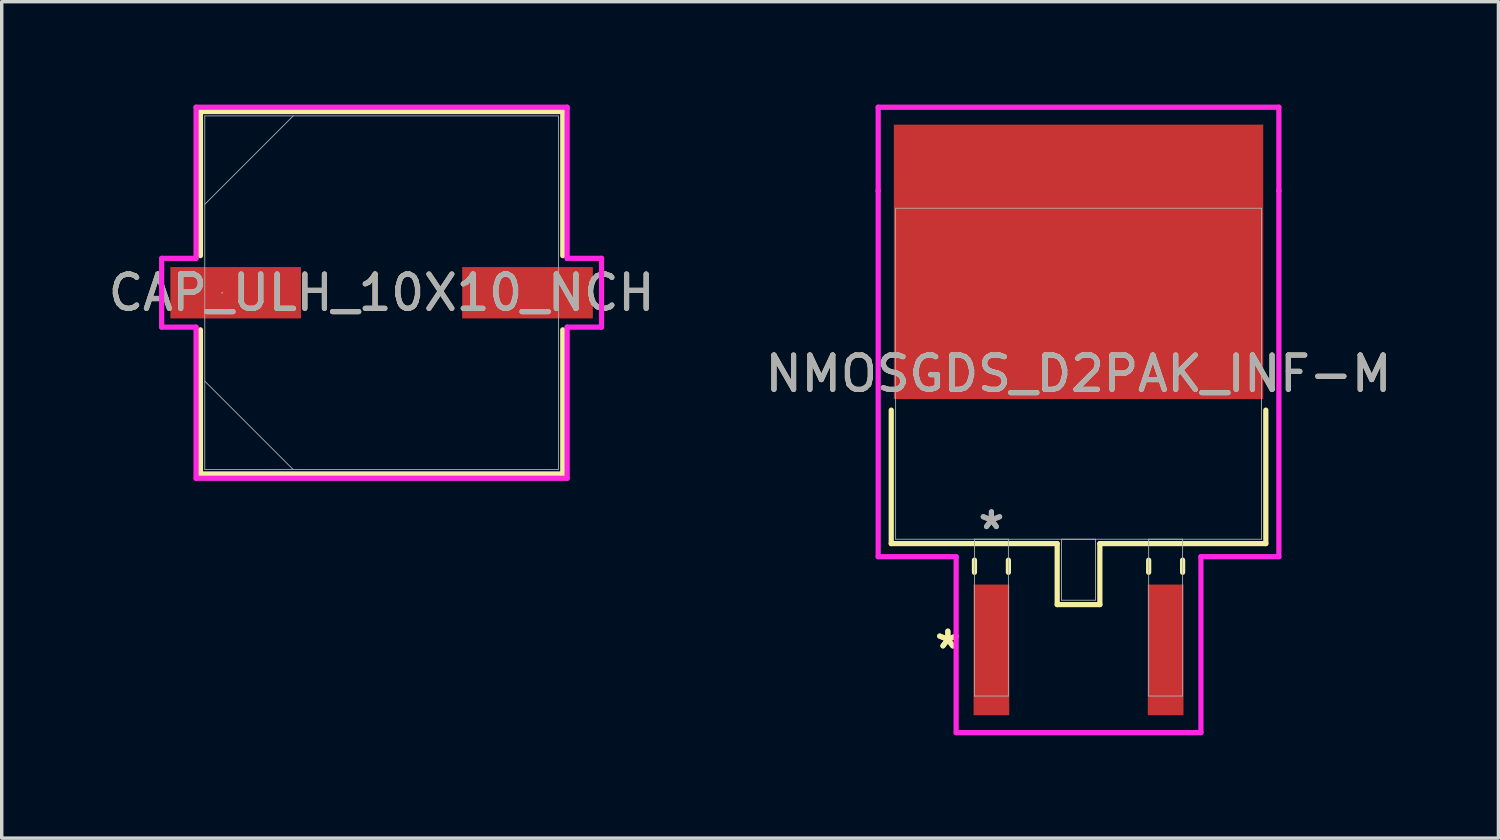
<source format=kicad_pcb>
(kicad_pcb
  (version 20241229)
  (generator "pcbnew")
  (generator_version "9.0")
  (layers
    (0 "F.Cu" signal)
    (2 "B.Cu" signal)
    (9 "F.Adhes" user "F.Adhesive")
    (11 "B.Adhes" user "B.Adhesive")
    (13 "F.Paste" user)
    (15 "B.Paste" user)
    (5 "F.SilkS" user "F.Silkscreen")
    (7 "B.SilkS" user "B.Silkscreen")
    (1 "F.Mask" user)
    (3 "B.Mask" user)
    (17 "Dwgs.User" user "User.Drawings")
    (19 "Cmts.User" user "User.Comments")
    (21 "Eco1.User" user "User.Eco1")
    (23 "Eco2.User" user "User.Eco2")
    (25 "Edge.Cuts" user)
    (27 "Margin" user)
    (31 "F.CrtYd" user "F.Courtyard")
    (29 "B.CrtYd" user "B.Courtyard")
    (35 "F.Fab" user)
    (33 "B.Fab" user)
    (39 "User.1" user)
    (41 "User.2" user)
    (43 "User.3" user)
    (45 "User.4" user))
  (footprint "NMOSGDS_D2PAK_INF-M"
    (layer "F.Cu")
    (at 28.399 7.848)
    (property "Reference" "NMOSGDS_D2PAK_INF-M" (at 0 0 0) (unlocked yes) (layer "F.SilkS") (effects (font (size 1 1) (thickness 0.15))))
    (attr smd)
    (fp_line (start -5.461 1.061) (end -5.461 4.953) (stroke (width 0.152) (type solid)) (layer "F.SilkS"))
    (fp_line (start -5.461 4.953) (end -0.622 4.953) (stroke (width 0.152) (type solid)) (layer "F.SilkS"))
    (fp_line (start -3.035 5.436) (end -3.035 5.791) (stroke (width 0.152) (type solid)) (layer "F.SilkS"))
    (fp_line (start -2.045 5.436) (end -2.045 5.791) (stroke (width 0.152) (type solid)) (layer "F.SilkS"))
    (fp_line (start -0.622 4.953) (end -0.622 6.731) (stroke (width 0.152) (type solid)) (layer "F.SilkS"))
    (fp_line (start -0.622 6.731) (end 0.622 6.731) (stroke (width 0.152) (type solid)) (layer "F.SilkS"))
    (fp_line (start 0.622 4.953) (end 5.461 4.953) (stroke (width 0.152) (type solid)) (layer "F.SilkS"))
    (fp_line (start 0.622 6.731) (end 0.622 4.953) (stroke (width 0.152) (type solid)) (layer "F.SilkS"))
    (fp_line (start 2.045 5.436) (end 2.045 5.791) (stroke (width 0.152) (type solid)) (layer "F.SilkS"))
    (fp_line (start 3.035 5.436) (end 3.035 5.791) (stroke (width 0.152) (type solid)) (layer "F.SilkS"))
    (fp_line (start 5.461 4.953) (end 5.461 1.061) (stroke (width 0.152) (type solid)) (layer "F.SilkS"))
    (fp_line (start -5.842 -7.771) (end 5.842 -7.771) (stroke (width 0.152) (type solid)) (layer "F.CrtYd"))
    (fp_line (start -5.842 -5.334) (end -5.842 -7.771) (stroke (width 0.152) (type solid)) (layer "F.CrtYd"))
    (fp_line (start -5.842 -5.334) (end -5.842 -5.334) (stroke (width 0.152) (type solid)) (layer "F.CrtYd"))
    (fp_line (start -5.842 5.334) (end -5.842 -5.334) (stroke (width 0.152) (type solid)) (layer "F.CrtYd"))
    (fp_line (start -3.569 5.334) (end -5.842 5.334) (stroke (width 0.152) (type solid)) (layer "F.CrtYd"))
    (fp_line (start -3.569 10.465) (end -3.569 5.334) (stroke (width 0.152) (type solid)) (layer "F.CrtYd"))
    (fp_line (start 3.569 5.334) (end 3.569 10.465) (stroke (width 0.152) (type solid)) (layer "F.CrtYd"))
    (fp_line (start 3.569 10.465) (end -3.569 10.465) (stroke (width 0.152) (type solid)) (layer "F.CrtYd"))
    (fp_line (start 5.842 -7.771) (end 5.842 -5.334) (stroke (width 0.152) (type solid)) (layer "F.CrtYd"))
    (fp_line (start 5.842 -5.334) (end 5.842 -5.334) (stroke (width 0.152) (type solid)) (layer "F.CrtYd"))
    (fp_line (start 5.842 -5.334) (end 5.842 5.334) (stroke (width 0.152) (type solid)) (layer "F.CrtYd"))
    (fp_line (start 5.842 5.334) (end 3.569 5.334) (stroke (width 0.152) (type solid)) (layer "F.CrtYd"))
    (fp_line (start -5.334 -4.826) (end -5.334 4.826) (stroke (width 0.025) (type solid)) (layer "F.Fab"))
    (fp_line (start -5.334 4.826) (end 5.334 4.826) (stroke (width 0.025) (type solid)) (layer "F.Fab"))
    (fp_line (start -3.035 4.826) (end -3.035 9.398) (stroke (width 0.025) (type solid)) (layer "F.Fab"))
    (fp_line (start -3.035 9.398) (end -2.045 9.398) (stroke (width 0.025) (type solid)) (layer "F.Fab"))
    (fp_line (start -2.045 4.826) (end -3.035 4.826) (stroke (width 0.025) (type solid)) (layer "F.Fab"))
    (fp_line (start -2.045 9.398) (end -2.045 4.826) (stroke (width 0.025) (type solid)) (layer "F.Fab"))
    (fp_line (start -0.495 4.826) (end -0.495 6.604) (stroke (width 0.025) (type solid)) (layer "F.Fab"))
    (fp_line (start -0.495 6.604) (end 0.495 6.604) (stroke (width 0.025) (type solid)) (layer "F.Fab"))
    (fp_line (start 0.495 4.826) (end -0.495 4.826) (stroke (width 0.025) (type solid)) (layer "F.Fab"))
    (fp_line (start 0.495 6.604) (end 0.495 4.826) (stroke (width 0.025) (type solid)) (layer "F.Fab"))
    (fp_line (start 2.045 4.826) (end 2.045 9.398) (stroke (width 0.025) (type solid)) (layer "F.Fab"))
    (fp_line (start 2.045 9.398) (end 3.035 9.398) (stroke (width 0.025) (type solid)) (layer "F.Fab"))
    (fp_line (start 3.035 4.826) (end 2.045 4.826) (stroke (width 0.025) (type solid)) (layer "F.Fab"))
    (fp_line (start 3.035 9.398) (end 3.035 4.826) (stroke (width 0.025) (type solid)) (layer "F.Fab"))
    (fp_line (start 5.334 -4.826) (end -5.334 -4.826) (stroke (width 0.025) (type solid)) (layer "F.Fab"))
    (fp_line (start 5.334 4.826) (end 5.334 -4.826) (stroke (width 0.025) (type solid)) (layer "F.Fab"))
    (fp_text user "*" (at -3.81 8.052 0) (layer "F.SilkS") (effects (font (size 1 1) (thickness 0.15))))
    (fp_text user "*" (at -3.81 8.052 0) (unlocked yes) (layer "F.SilkS") (effects (font (size 1 1) (thickness 0.15))))
    (fp_text user "${REFERENCE}" (at 0 0 0) (unlocked yes) (layer "F.Fab") (effects (font (size 1 1) (thickness 0.15))))
    (fp_text user "*" (at -2.54 4.572 0) (layer "F.Fab") (effects (font (size 1 1) (thickness 0.15))))
    (fp_text user "*" (at -2.54 4.572 0) (unlocked yes) (layer "F.Fab") (effects (font (size 1 1) (thickness 0.15))))
    (pad "1" smd rect (at -2.54 8.052) (size 1.041 3.81) (layers "F.Cu" "F.Mask" "F.Paste"))
    (pad "2" smd rect (at 0 -3.263) (size 10.77 8.001) (layers "F.Cu" "F.Mask" "F.Paste"))
    (pad "3" smd rect (at 2.54 8.052) (size 1.041 3.81) (layers "F.Cu" "F.Mask" "F.Paste")))
  (footprint "CAP_ULH_10X10_NCH"
    (layer "F.Cu")
    (at 8.077 5.486)
    (property "Reference" "CAP_ULH_10X10_NCH" (at 0 0 0) (unlocked yes) (layer "F.SilkS") (effects (font (size 1 1) (thickness 0.15))))
    (attr smd)
    (fp_line (start -5.283 -5.283) (end -5.283 -1.082) (stroke (width 0.152) (type solid)) (layer "F.SilkS"))
    (fp_line (start -5.283 1.082) (end -5.283 5.283) (stroke (width 0.152) (type solid)) (layer "F.SilkS"))
    (fp_line (start -5.283 5.283) (end 5.283 5.283) (stroke (width 0.152) (type solid)) (layer "F.SilkS"))
    (fp_line (start 5.283 -5.283) (end -5.283 -5.283) (stroke (width 0.152) (type solid)) (layer "F.SilkS"))
    (fp_line (start 5.283 -1.082) (end 5.283 -5.283) (stroke (width 0.152) (type solid)) (layer "F.SilkS"))
    (fp_line (start 5.283 5.283) (end 5.283 1.082) (stroke (width 0.152) (type solid)) (layer "F.SilkS"))
    (fp_line (start -6.413 -1.003) (end -5.41 -1.003) (stroke (width 0.152) (type solid)) (layer "F.CrtYd"))
    (fp_line (start -6.413 1.003) (end -6.413 -1.003) (stroke (width 0.152) (type solid)) (layer "F.CrtYd"))
    (fp_line (start -5.41 -5.41) (end 5.41 -5.41) (stroke (width 0.152) (type solid)) (layer "F.CrtYd"))
    (fp_line (start -5.41 -1.003) (end -5.41 -5.41) (stroke (width 0.152) (type solid)) (layer "F.CrtYd"))
    (fp_line (start -5.41 1.003) (end -6.413 1.003) (stroke (width 0.152) (type solid)) (layer "F.CrtYd"))
    (fp_line (start -5.41 5.41) (end -5.41 1.003) (stroke (width 0.152) (type solid)) (layer "F.CrtYd"))
    (fp_line (start 5.41 -5.41) (end 5.41 -1.003) (stroke (width 0.152) (type solid)) (layer "F.CrtYd"))
    (fp_line (start 5.41 -1.003) (end 6.413 -1.003) (stroke (width 0.152) (type solid)) (layer "F.CrtYd"))
    (fp_line (start 5.41 1.003) (end 5.41 5.41) (stroke (width 0.152) (type solid)) (layer "F.CrtYd"))
    (fp_line (start 5.41 5.41) (end -5.41 5.41) (stroke (width 0.152) (type solid)) (layer "F.CrtYd"))
    (fp_line (start 6.413 -1.003) (end 6.413 1.003) (stroke (width 0.152) (type solid)) (layer "F.CrtYd"))
    (fp_line (start 6.413 1.003) (end 5.41 1.003) (stroke (width 0.152) (type solid)) (layer "F.CrtYd"))
    (fp_line (start -5.156 -5.156) (end -5.156 5.156) (stroke (width 0.025) (type solid)) (layer "F.Fab"))
    (fp_line (start -5.156 -2.578) (end -2.578 -5.156) (stroke (width 0.025) (type solid)) (layer "F.Fab"))
    (fp_line (start -5.156 2.578) (end -2.578 5.156) (stroke (width 0.025) (type solid)) (layer "F.Fab"))
    (fp_line (start -5.156 5.156) (end 5.156 5.156) (stroke (width 0.025) (type solid)) (layer "F.Fab"))
    (fp_line (start 5.156 -5.156) (end -5.156 -5.156) (stroke (width 0.025) (type solid)) (layer "F.Fab"))
    (fp_line (start 5.156 5.156) (end 5.156 -5.156) (stroke (width 0.025) (type solid)) (layer "F.Fab"))
    (fp_circle (center -4.648 0) (end -4.648 0) (stroke (width 0.025) (type solid)) (fill no) (layer "F.Fab"))
    (fp_text user "${REFERENCE}" (at 0 0 0) (unlocked yes) (layer "F.Fab") (effects (font (size 1 1) (thickness 0.15))))
    (pad "1" smd rect (at -4.255 0) (size 3.81 1.499) (layers "F.Cu" "F.Mask" "F.Paste"))
    (pad "2" smd rect (at 4.255 0) (size 3.81 1.499) (layers "F.Cu" "F.Mask" "F.Paste"))
    (zone (net_name "") (layer "F.Cu") (hatch full 0.508) (connect_pads) (min_thickness 0.254) (filled_areas_thickness no) (keepout (tracks not_allowed) (vias not_allowed) (pads allowed) (copperpour not_allowed) (footprints allowed)) (placement (enabled no)) (fill) (polygon (pts (xy 2.972 0.381) (xy 13.183 0.381) (xy 13.183 4.686) (xy 2.972 4.686))))
    (zone (net_name "") (layer "F.Cu") (hatch full 0.508) (connect_pads) (min_thickness 0.254) (filled_areas_thickness no) (keepout (tracks not_allowed) (vias not_allowed) (pads allowed) (copperpour not_allowed) (footprints allowed)) (placement (enabled no)) (fill) (polygon (pts (xy 2.972 6.287) (xy 13.183 6.287) (xy 13.183 10.592) (xy 2.972 10.592))))
    (zone (net_name "") (layer "F.Cu") (hatch full 0.508) (connect_pads) (min_thickness 0.254) (filled_areas_thickness no) (keepout (tracks not_allowed) (vias not_allowed) (pads allowed) (copperpour not_allowed) (footprints allowed)) (placement (enabled no)) (fill) (polygon (pts (xy 5.779 4.686) (xy 10.376 4.686) (xy 10.376 6.287) (xy 5.779 6.287)))))
  (gr_rect
    (start -3 -3)
    (end 40.643 21.389)
    (stroke (width 0.1) (type default))
    (fill no)
    (layer "Edge.Cuts")))
</source>
